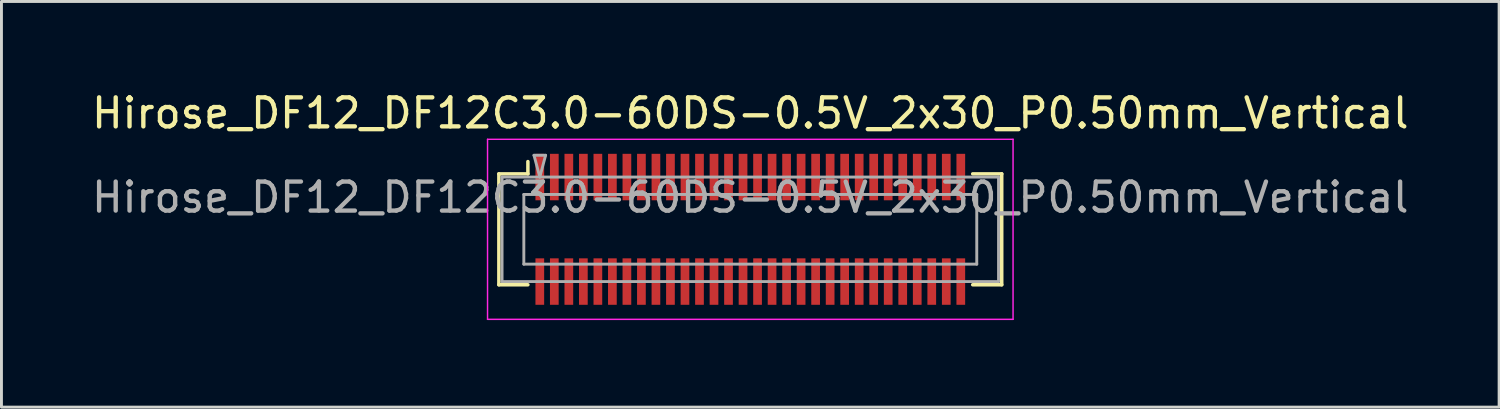
<source format=kicad_pcb>
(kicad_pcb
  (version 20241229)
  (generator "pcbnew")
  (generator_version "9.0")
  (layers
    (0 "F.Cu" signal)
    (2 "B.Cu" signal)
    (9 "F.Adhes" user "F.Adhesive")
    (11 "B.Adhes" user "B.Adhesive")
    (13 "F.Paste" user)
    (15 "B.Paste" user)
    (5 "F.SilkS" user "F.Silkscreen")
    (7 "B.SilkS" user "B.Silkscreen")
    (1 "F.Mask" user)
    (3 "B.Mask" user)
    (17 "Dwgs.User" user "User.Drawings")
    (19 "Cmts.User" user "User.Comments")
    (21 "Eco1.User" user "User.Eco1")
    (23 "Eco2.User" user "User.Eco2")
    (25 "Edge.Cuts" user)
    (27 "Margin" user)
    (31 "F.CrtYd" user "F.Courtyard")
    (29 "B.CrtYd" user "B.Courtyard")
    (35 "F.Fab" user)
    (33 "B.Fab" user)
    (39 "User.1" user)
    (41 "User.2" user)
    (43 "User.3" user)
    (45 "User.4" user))
  (footprint "Hirose_DF12_DF12C3.0-60DS-0.5V_2x30_P0.50mm_Vertical"
    (layer "F.Cu")
    (at 22.792 4.848)
    (property "Reference" "Hirose_DF12_DF12C3.0-60DS-0.5V_2x30_P0.50mm_Vertical" (at 0 -4 0) (layer "F.SilkS") (effects (font (size 1 1) (thickness 0.15))))
    (attr smd)
    (fp_line (start -8.66 -1.91) (end -7.66 -1.91) (stroke (width 0.12) (type solid)) (layer "F.SilkS"))
    (fp_line (start -8.66 1.91) (end -8.66 -1.91) (stroke (width 0.12) (type solid)) (layer "F.SilkS"))
    (fp_line (start -7.66 -1.91) (end -7.66 -2.333) (stroke (width 0.12) (type solid)) (layer "F.SilkS"))
    (fp_line (start -7.66 1.91) (end -8.66 1.91) (stroke (width 0.12) (type solid)) (layer "F.SilkS"))
    (fp_line (start 7.66 1.91) (end 8.66 1.91) (stroke (width 0.12) (type solid)) (layer "F.SilkS"))
    (fp_line (start 8.66 -1.91) (end 7.66 -1.91) (stroke (width 0.12) (type solid)) (layer "F.SilkS"))
    (fp_line (start 8.66 1.91) (end 8.66 -1.91) (stroke (width 0.12) (type solid)) (layer "F.SilkS"))
    (fp_line (start -9.05 -3.1) (end -9.05 3.1) (stroke (width 0.05) (type solid)) (layer "F.CrtYd"))
    (fp_line (start -9.05 3.1) (end 9.05 3.1) (stroke (width 0.05) (type solid)) (layer "F.CrtYd"))
    (fp_line (start 9.05 -3.1) (end -9.05 -3.1) (stroke (width 0.05) (type solid)) (layer "F.CrtYd"))
    (fp_line (start 9.05 3.1) (end 9.05 -3.1) (stroke (width 0.05) (type solid)) (layer "F.CrtYd"))
    (fp_line (start -8.55 -1.8) (end 8.55 -1.8) (stroke (width 0.1) (type solid)) (layer "F.Fab"))
    (fp_line (start -8.55 1.8) (end -8.55 -1.8) (stroke (width 0.1) (type solid)) (layer "F.Fab"))
    (fp_line (start -7.8 -1.2) (end 7.8 -1.2) (stroke (width 0.1) (type solid)) (layer "F.Fab"))
    (fp_line (start -7.8 1.2) (end -7.8 -1.2) (stroke (width 0.1) (type solid)) (layer "F.Fab"))
    (fp_line (start -7.45 -2.55) (end -7.25 -1.8) (stroke (width 0.1) (type solid)) (layer "F.Fab"))
    (fp_line (start -7.25 -1.8) (end -7.05 -2.55) (stroke (width 0.1) (type solid)) (layer "F.Fab"))
    (fp_line (start -7.05 -2.55) (end -7.45 -2.55) (stroke (width 0.1) (type solid)) (layer "F.Fab"))
    (fp_line (start 7.8 -1.2) (end 7.8 1.2) (stroke (width 0.1) (type solid)) (layer "F.Fab"))
    (fp_line (start 7.8 1.2) (end -7.8 1.2) (stroke (width 0.1) (type solid)) (layer "F.Fab"))
    (fp_line (start 8.55 -1.8) (end 8.55 1.8) (stroke (width 0.1) (type solid)) (layer "F.Fab"))
    (fp_line (start 8.55 1.8) (end -8.55 1.8) (stroke (width 0.1) (type solid)) (layer "F.Fab"))
    (fp_text user "${REFERENCE}" (at 0 -1.1 0) (layer "F.Fab") (effects (font (size 1 1) (thickness 0.15))))
    (pad "" smd rect (at -7.25 -2) (size 0.28 1.2) (layers "F.Paste"))
    (pad "" smd rect (at -7.25 2) (size 0.28 1.2) (layers "F.Paste"))
    (pad "" smd rect (at -6.75 -2) (size 0.28 1.2) (layers "F.Paste"))
    (pad "" smd rect (at -6.75 2) (size 0.28 1.2) (layers "F.Paste"))
    (pad "" smd rect (at -6.25 -2) (size 0.28 1.2) (layers "F.Paste"))
    (pad "" smd rect (at -6.25 2) (size 0.28 1.2) (layers "F.Paste"))
    (pad "" smd rect (at -5.75 -2) (size 0.28 1.2) (layers "F.Paste"))
    (pad "" smd rect (at -5.75 2) (size 0.28 1.2) (layers "F.Paste"))
    (pad "" smd rect (at -5.25 -2) (size 0.28 1.2) (layers "F.Paste"))
    (pad "" smd rect (at -5.25 2) (size 0.28 1.2) (layers "F.Paste"))
    (pad "" smd rect (at -4.75 -2) (size 0.28 1.2) (layers "F.Paste"))
    (pad "" smd rect (at -4.75 2) (size 0.28 1.2) (layers "F.Paste"))
    (pad "" smd rect (at -4.25 -2) (size 0.28 1.2) (layers "F.Paste"))
    (pad "" smd rect (at -4.25 2) (size 0.28 1.2) (layers "F.Paste"))
    (pad "" smd rect (at -3.75 -2) (size 0.28 1.2) (layers "F.Paste"))
    (pad "" smd rect (at -3.75 2) (size 0.28 1.2) (layers "F.Paste"))
    (pad "" smd rect (at -3.25 -2) (size 0.28 1.2) (layers "F.Paste"))
    (pad "" smd rect (at -3.25 2) (size 0.28 1.2) (layers "F.Paste"))
    (pad "" smd rect (at -2.75 -2) (size 0.28 1.2) (layers "F.Paste"))
    (pad "" smd rect (at -2.75 2) (size 0.28 1.2) (layers "F.Paste"))
    (pad "" smd rect (at -2.25 -2) (size 0.28 1.2) (layers "F.Paste"))
    (pad "" smd rect (at -2.25 2) (size 0.28 1.2) (layers "F.Paste"))
    (pad "" smd rect (at -1.75 -2) (size 0.28 1.2) (layers "F.Paste"))
    (pad "" smd rect (at -1.75 2) (size 0.28 1.2) (layers "F.Paste"))
    (pad "" smd rect (at -1.25 -2) (size 0.28 1.2) (layers "F.Paste"))
    (pad "" smd rect (at -1.25 2) (size 0.28 1.2) (layers "F.Paste"))
    (pad "" smd rect (at -0.75 -2) (size 0.28 1.2) (layers "F.Paste"))
    (pad "" smd rect (at -0.75 2) (size 0.28 1.2) (layers "F.Paste"))
    (pad "" smd rect (at -0.25 -2) (size 0.28 1.2) (layers "F.Paste"))
    (pad "" smd rect (at -0.25 2) (size 0.28 1.2) (layers "F.Paste"))
    (pad "" smd rect (at 0.25 -2) (size 0.28 1.2) (layers "F.Paste"))
    (pad "" smd rect (at 0.25 2) (size 0.28 1.2) (layers "F.Paste"))
    (pad "" smd rect (at 0.75 -2) (size 0.28 1.2) (layers "F.Paste"))
    (pad "" smd rect (at 0.75 2) (size 0.28 1.2) (layers "F.Paste"))
    (pad "" smd rect (at 1.25 -2) (size 0.28 1.2) (layers "F.Paste"))
    (pad "" smd rect (at 1.25 2) (size 0.28 1.2) (layers "F.Paste"))
    (pad "" smd rect (at 1.75 -2) (size 0.28 1.2) (layers "F.Paste"))
    (pad "" smd rect (at 1.75 2) (size 0.28 1.2) (layers "F.Paste"))
    (pad "" smd rect (at 2.25 -2) (size 0.28 1.2) (layers "F.Paste"))
    (pad "" smd rect (at 2.25 2) (size 0.28 1.2) (layers "F.Paste"))
    (pad "" smd rect (at 2.75 -2) (size 0.28 1.2) (layers "F.Paste"))
    (pad "" smd rect (at 2.75 2) (size 0.28 1.2) (layers "F.Paste"))
    (pad "" smd rect (at 3.25 -2) (size 0.28 1.2) (layers "F.Paste"))
    (pad "" smd rect (at 3.25 2) (size 0.28 1.2) (layers "F.Paste"))
    (pad "" smd rect (at 3.75 -2) (size 0.28 1.2) (layers "F.Paste"))
    (pad "" smd rect (at 3.75 2) (size 0.28 1.2) (layers "F.Paste"))
    (pad "" smd rect (at 4.25 -2) (size 0.28 1.2) (layers "F.Paste"))
    (pad "" smd rect (at 4.25 2) (size 0.28 1.2) (layers "F.Paste"))
    (pad "" smd rect (at 4.75 -2) (size 0.28 1.2) (layers "F.Paste"))
    (pad "" smd rect (at 4.75 2) (size 0.28 1.2) (layers "F.Paste"))
    (pad "" smd rect (at 5.25 -2) (size 0.28 1.2) (layers "F.Paste"))
    (pad "" smd rect (at 5.25 2) (size 0.28 1.2) (layers "F.Paste"))
    (pad "" smd rect (at 5.75 -2) (size 0.28 1.2) (layers "F.Paste"))
    (pad "" smd rect (at 5.75 2) (size 0.28 1.2) (layers "F.Paste"))
    (pad "" smd rect (at 6.25 -2) (size 0.28 1.2) (layers "F.Paste"))
    (pad "" smd rect (at 6.25 2) (size 0.28 1.2) (layers "F.Paste"))
    (pad "" smd rect (at 6.75 -2) (size 0.28 1.2) (layers "F.Paste"))
    (pad "" smd rect (at 6.75 2) (size 0.28 1.2) (layers "F.Paste"))
    (pad "" smd rect (at 7.25 -2) (size 0.28 1.2) (layers "F.Paste"))
    (pad "" smd rect (at 7.25 2) (size 0.28 1.2) (layers "F.Paste"))
    (pad "1" smd rect (at -7.25 -1.8) (size 0.3 1.6) (layers "F.Cu" "F.Mask"))
    (pad "2" smd rect (at -6.75 -1.8) (size 0.3 1.6) (layers "F.Cu" "F.Mask"))
    (pad "3" smd rect (at -6.25 -1.8) (size 0.3 1.6) (layers "F.Cu" "F.Mask"))
    (pad "4" smd rect (at -5.75 -1.8) (size 0.3 1.6) (layers "F.Cu" "F.Mask"))
    (pad "5" smd rect (at -5.25 -1.8) (size 0.3 1.6) (layers "F.Cu" "F.Mask"))
    (pad "6" smd rect (at -4.75 -1.8) (size 0.3 1.6) (layers "F.Cu" "F.Mask"))
    (pad "7" smd rect (at -4.25 -1.8) (size 0.3 1.6) (layers "F.Cu" "F.Mask"))
    (pad "8" smd rect (at -3.75 -1.8) (size 0.3 1.6) (layers "F.Cu" "F.Mask"))
    (pad "9" smd rect (at -3.25 -1.8) (size 0.3 1.6) (layers "F.Cu" "F.Mask"))
    (pad "10" smd rect (at -2.75 -1.8) (size 0.3 1.6) (layers "F.Cu" "F.Mask"))
    (pad "11" smd rect (at -2.25 -1.8) (size 0.3 1.6) (layers "F.Cu" "F.Mask"))
    (pad "12" smd rect (at -1.75 -1.8) (size 0.3 1.6) (layers "F.Cu" "F.Mask"))
    (pad "13" smd rect (at -1.25 -1.8) (size 0.3 1.6) (layers "F.Cu" "F.Mask"))
    (pad "14" smd rect (at -0.75 -1.8) (size 0.3 1.6) (layers "F.Cu" "F.Mask"))
    (pad "15" smd rect (at -0.25 -1.8) (size 0.3 1.6) (layers "F.Cu" "F.Mask"))
    (pad "16" smd rect (at 0.25 -1.8) (size 0.3 1.6) (layers "F.Cu" "F.Mask"))
    (pad "17" smd rect (at 0.75 -1.8) (size 0.3 1.6) (layers "F.Cu" "F.Mask"))
    (pad "18" smd rect (at 1.25 -1.8) (size 0.3 1.6) (layers "F.Cu" "F.Mask"))
    (pad "19" smd rect (at 1.75 -1.8) (size 0.3 1.6) (layers "F.Cu" "F.Mask"))
    (pad "20" smd rect (at 2.25 -1.8) (size 0.3 1.6) (layers "F.Cu" "F.Mask"))
    (pad "21" smd rect (at 2.75 -1.8) (size 0.3 1.6) (layers "F.Cu" "F.Mask"))
    (pad "22" smd rect (at 3.25 -1.8) (size 0.3 1.6) (layers "F.Cu" "F.Mask"))
    (pad "23" smd rect (at 3.75 -1.8) (size 0.3 1.6) (layers "F.Cu" "F.Mask"))
    (pad "24" smd rect (at 4.25 -1.8) (size 0.3 1.6) (layers "F.Cu" "F.Mask"))
    (pad "25" smd rect (at 4.75 -1.8) (size 0.3 1.6) (layers "F.Cu" "F.Mask"))
    (pad "26" smd rect (at 5.25 -1.8) (size 0.3 1.6) (layers "F.Cu" "F.Mask"))
    (pad "27" smd rect (at 5.75 -1.8) (size 0.3 1.6) (layers "F.Cu" "F.Mask"))
    (pad "28" smd rect (at 6.25 -1.8) (size 0.3 1.6) (layers "F.Cu" "F.Mask"))
    (pad "29" smd rect (at 6.75 -1.8) (size 0.3 1.6) (layers "F.Cu" "F.Mask"))
    (pad "30" smd rect (at 7.25 -1.8) (size 0.3 1.6) (layers "F.Cu" "F.Mask"))
    (pad "31" smd rect (at -7.25 1.8) (size 0.3 1.6) (layers "F.Cu" "F.Mask"))
    (pad "32" smd rect (at -6.75 1.8) (size 0.3 1.6) (layers "F.Cu" "F.Mask"))
    (pad "33" smd rect (at -6.25 1.8) (size 0.3 1.6) (layers "F.Cu" "F.Mask"))
    (pad "34" smd rect (at -5.75 1.8) (size 0.3 1.6) (layers "F.Cu" "F.Mask"))
    (pad "35" smd rect (at -5.25 1.8) (size 0.3 1.6) (layers "F.Cu" "F.Mask"))
    (pad "36" smd rect (at -4.75 1.8) (size 0.3 1.6) (layers "F.Cu" "F.Mask"))
    (pad "37" smd rect (at -4.25 1.8) (size 0.3 1.6) (layers "F.Cu" "F.Mask"))
    (pad "38" smd rect (at -3.75 1.8) (size 0.3 1.6) (layers "F.Cu" "F.Mask"))
    (pad "39" smd rect (at -3.25 1.8) (size 0.3 1.6) (layers "F.Cu" "F.Mask"))
    (pad "40" smd rect (at -2.75 1.8) (size 0.3 1.6) (layers "F.Cu" "F.Mask"))
    (pad "41" smd rect (at -2.25 1.8) (size 0.3 1.6) (layers "F.Cu" "F.Mask"))
    (pad "42" smd rect (at -1.75 1.8) (size 0.3 1.6) (layers "F.Cu" "F.Mask"))
    (pad "43" smd rect (at -1.25 1.8) (size 0.3 1.6) (layers "F.Cu" "F.Mask"))
    (pad "44" smd rect (at -0.75 1.8) (size 0.3 1.6) (layers "F.Cu" "F.Mask"))
    (pad "45" smd rect (at -0.25 1.8) (size 0.3 1.6) (layers "F.Cu" "F.Mask"))
    (pad "46" smd rect (at 0.25 1.8) (size 0.3 1.6) (layers "F.Cu" "F.Mask"))
    (pad "47" smd rect (at 0.75 1.8) (size 0.3 1.6) (layers "F.Cu" "F.Mask"))
    (pad "48" smd rect (at 1.25 1.8) (size 0.3 1.6) (layers "F.Cu" "F.Mask"))
    (pad "49" smd rect (at 1.75 1.8) (size 0.3 1.6) (layers "F.Cu" "F.Mask"))
    (pad "50" smd rect (at 2.25 1.8) (size 0.3 1.6) (layers "F.Cu" "F.Mask"))
    (pad "51" smd rect (at 2.75 1.8) (size 0.3 1.6) (layers "F.Cu" "F.Mask"))
    (pad "52" smd rect (at 3.25 1.8) (size 0.3 1.6) (layers "F.Cu" "F.Mask"))
    (pad "53" smd rect (at 3.75 1.8) (size 0.3 1.6) (layers "F.Cu" "F.Mask"))
    (pad "54" smd rect (at 4.25 1.8) (size 0.3 1.6) (layers "F.Cu" "F.Mask"))
    (pad "55" smd rect (at 4.75 1.8) (size 0.3 1.6) (layers "F.Cu" "F.Mask"))
    (pad "56" smd rect (at 5.25 1.8) (size 0.3 1.6) (layers "F.Cu" "F.Mask"))
    (pad "57" smd rect (at 5.75 1.8) (size 0.3 1.6) (layers "F.Cu" "F.Mask"))
    (pad "58" smd rect (at 6.25 1.8) (size 0.3 1.6) (layers "F.Cu" "F.Mask"))
    (pad "59" smd rect (at 6.75 1.8) (size 0.3 1.6) (layers "F.Cu" "F.Mask"))
    (pad "60" smd rect (at 7.25 1.8) (size 0.3 1.6) (layers "F.Cu" "F.Mask")))
  (gr_rect
    (start -3 -3)
    (end 48.583 10.973)
    (stroke (width 0.1) (type default))
    (fill no)
    (layer "Edge.Cuts")))
</source>
